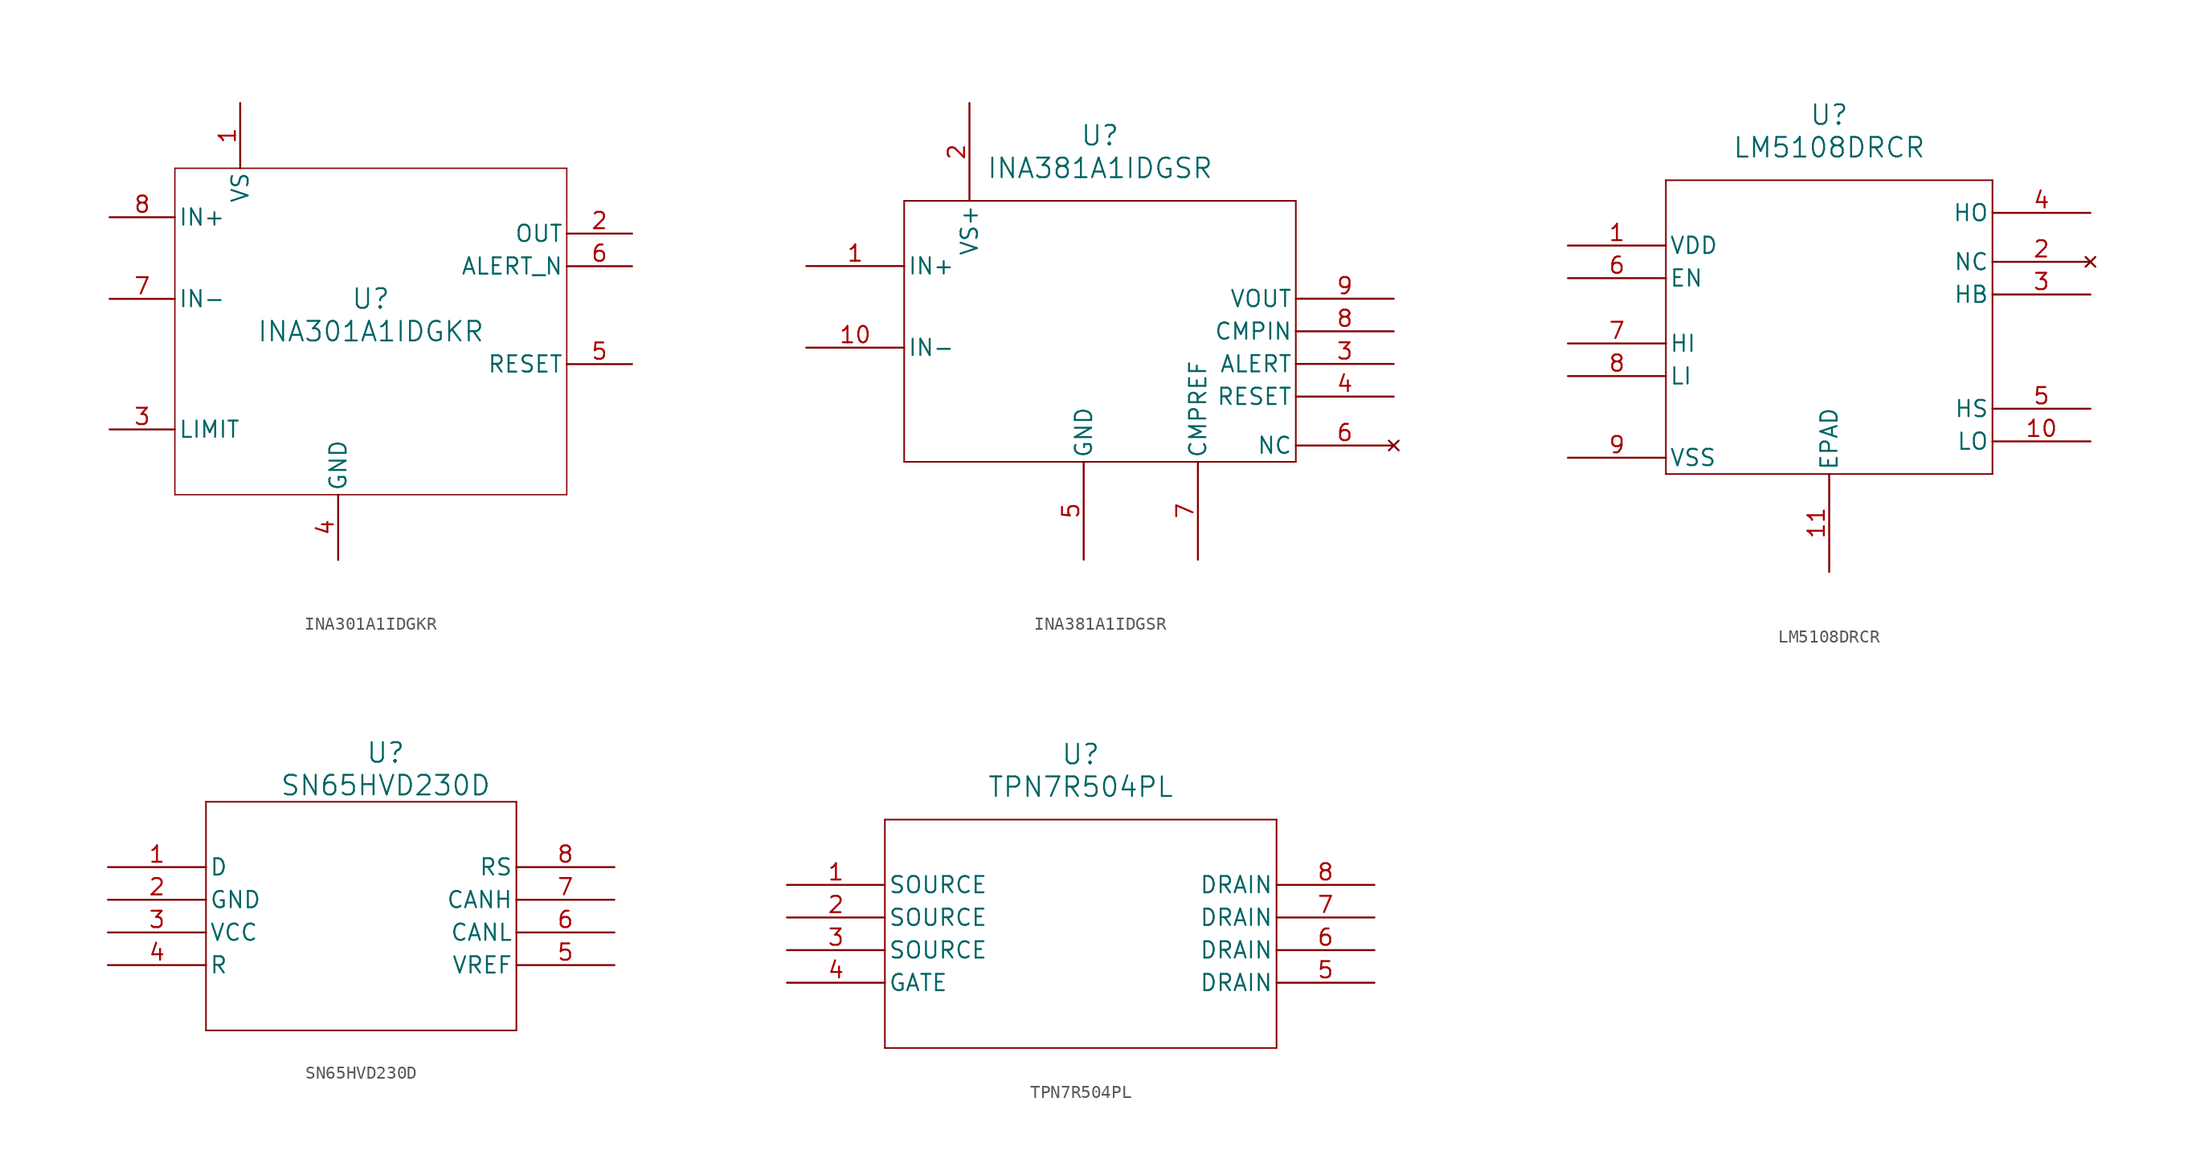
<source format=kicad_sym>
(kicad_symbol_lib
  (version 20220914)
  (generator kicad_symbol_editor)
  (symbol "INA301A1IDGKR"
    (pin_names
      (offset 0.254))
    (property "Reference" "U"
      (at 0 2.54 0)
      (effects (font (size 1.524 1.524))))
    (property "Value" "INA301A1IDGKR"
      (at 0 0 0)
      (effects (font (size 1.524 1.524))))
    (property "ki_locked" ""
      (at 0 0 0)
      (effects (font (size 1.27 1.27))))
    (symbol "INA301A1IDGKR_0_1"
      (polyline (pts (xy -15.24 -12.7) (xy 15.24 -12.7)) (stroke (width 0.102) (type default)) (fill (type none)))
      (polyline (pts (xy -15.24 12.7) (xy -15.24 -12.7)) (stroke (width 0.102) (type default)) (fill (type none)))
      (polyline (pts (xy 15.24 -12.7) (xy 15.24 12.7)) (stroke (width 0.102) (type default)) (fill (type none)))
      (polyline (pts (xy 15.24 12.7) (xy -15.24 12.7)) (stroke (width 0.102) (type default)) (fill (type none)))
      (pin power_in line (at -10.16 17.78 270) (length 5.08) (name "VS" (effects (font (size 1.27 1.27)))) (number "1" (effects (font (size 1.27 1.27)))))
      (pin output line (at 20.32 7.62 180) (length 5.08) (name "OUT" (effects (font (size 1.27 1.27)))) (number "2" (effects (font (size 1.27 1.27)))))
      (pin input line (at -20.32 -7.62 0) (length 5.08) (name "LIMIT" (effects (font (size 1.27 1.27)))) (number "3" (effects (font (size 1.27 1.27)))))
      (pin power_in line (at -2.54 -17.78 90) (length 5.08) (name "GND" (effects (font (size 1.27 1.27)))) (number "4" (effects (font (size 1.27 1.27)))))
      (pin input line (at 20.32 -2.54 180) (length 5.08) (name "RESET" (effects (font (size 1.27 1.27)))) (number "5" (effects (font (size 1.27 1.27)))))
      (pin open_collector line (at 20.32 5.08 180) (length 5.08) (name "ALERT_N" (effects (font (size 1.27 1.27)))) (number "6" (effects (font (size 1.27 1.27)))))
      (pin input line (at -20.32 2.54 0) (length 5.08) (name "IN-" (effects (font (size 1.27 1.27)))) (number "7" (effects (font (size 1.27 1.27)))))
      (pin input line (at -20.32 8.89 0) (length 5.08) (name "IN+" (effects (font (size 1.27 1.27)))) (number "8" (effects (font (size 1.27 1.27)))))))
  (symbol "INA381A1IDGSR"
    (pin_names
      (offset 0.254))
    (property "Reference" "U"
      (at 22.86 10.16 0)
      (effects (font (size 1.524 1.524))))
    (property "Value" "INA381A1IDGSR"
      (at 22.86 7.62 0)
      (effects (font (size 1.524 1.524))))
    (property "ki_locked" ""
      (at 0 0 0)
      (effects (font (size 1.27 1.27))))
    (symbol "INA381A1IDGSR_0_1"
      (polyline (pts (xy 7.62 -15.24) (xy 38.1 -15.24)) (stroke (width 0.127) (type default)) (fill (type none)))
      (polyline (pts (xy 7.62 5.08) (xy 7.62 -15.24)) (stroke (width 0.127) (type default)) (fill (type none)))
      (polyline (pts (xy 38.1 -15.24) (xy 38.1 5.08)) (stroke (width 0.127) (type default)) (fill (type none)))
      (polyline (pts (xy 38.1 5.08) (xy 7.62 5.08)) (stroke (width 0.127) (type default)) (fill (type none)))
      (pin input line (at 0 0 0) (length 7.62) (name "IN+" (effects (font (size 1.27 1.27)))) (number "1" (effects (font (size 1.27 1.27)))))
      (pin unspecified line (at 0 -6.35 0) (length 7.62) (name "IN-" (effects (font (size 1.27 1.27)))) (number "10" (effects (font (size 1.27 1.27)))))
      (pin unspecified line (at 12.7 12.7 270) (length 7.62) (name "VS+" (effects (font (size 1.27 1.27)))) (number "2" (effects (font (size 1.27 1.27)))))
      (pin unspecified line (at 45.72 -7.62 180) (length 7.62) (name "ALERT" (effects (font (size 1.27 1.27)))) (number "3" (effects (font (size 1.27 1.27)))))
      (pin unspecified line (at 45.72 -10.16 180) (length 7.62) (name "RESET" (effects (font (size 1.27 1.27)))) (number "4" (effects (font (size 1.27 1.27)))))
      (pin power_out line (at 21.59 -22.86 90) (length 7.62) (name "GND" (effects (font (size 1.27 1.27)))) (number "5" (effects (font (size 1.27 1.27)))))
      (pin no_connect line (at 45.72 -13.97 180) (length 7.62) (name "NC" (effects (font (size 1.27 1.27)))) (number "6" (effects (font (size 1.27 1.27)))))
      (pin unspecified line (at 30.48 -22.86 90) (length 7.62) (name "CMPREF" (effects (font (size 1.27 1.27)))) (number "7" (effects (font (size 1.27 1.27)))))
      (pin unspecified line (at 45.72 -5.08 180) (length 7.62) (name "CMPIN" (effects (font (size 1.27 1.27)))) (number "8" (effects (font (size 1.27 1.27)))))
      (pin output line (at 45.72 -2.54 180) (length 7.62) (name "VOUT" (effects (font (size 1.27 1.27)))) (number "9" (effects (font (size 1.27 1.27)))))))
  (symbol "LM5108DRCR"
    (pin_names
      (offset 0.254))
    (property "Reference" "U"
      (at 20.32 10.16 0)
      (effects (font (size 1.524 1.524))))
    (property "Value" "LM5108DRCR"
      (at 20.32 7.62 0)
      (effects (font (size 1.524 1.524))))
    (property "ki_locked" ""
      (at 0 0 0)
      (effects (font (size 1.27 1.27))))
    (symbol "LM5108DRCR_0_1"
      (polyline (pts (xy 7.62 -17.78) (xy 33.02 -17.78)) (stroke (width 0.127) (type default)) (fill (type none)))
      (polyline (pts (xy 7.62 5.08) (xy 7.62 -17.78)) (stroke (width 0.127) (type default)) (fill (type none)))
      (polyline (pts (xy 33.02 -17.78) (xy 33.02 5.08)) (stroke (width 0.127) (type default)) (fill (type none)))
      (polyline (pts (xy 33.02 5.08) (xy 7.62 5.08)) (stroke (width 0.127) (type default)) (fill (type none)))
      (pin power_in line (at 0 0 0) (length 7.62) (name "VDD" (effects (font (size 1.27 1.27)))) (number "1" (effects (font (size 1.27 1.27)))))
      (pin output line (at 40.64 -15.24 180) (length 7.62) (name "LO" (effects (font (size 1.27 1.27)))) (number "10" (effects (font (size 1.27 1.27)))))
      (pin no_connect line (at 40.64 -1.27 180) (length 7.62) (name "NC" (effects (font (size 1.27 1.27)))) (number "2" (effects (font (size 1.27 1.27)))))
      (pin output line (at 40.64 2.54 180) (length 7.62) (name "HO" (effects (font (size 1.27 1.27)))) (number "4" (effects (font (size 1.27 1.27)))))
      (pin input line (at 0 -2.54 0) (length 7.62) (name "EN" (effects (font (size 1.27 1.27)))) (number "6" (effects (font (size 1.27 1.27)))))
      (pin input line (at 0 -7.62 0) (length 7.62) (name "HI" (effects (font (size 1.27 1.27)))) (number "7" (effects (font (size 1.27 1.27)))))
      (pin input line (at 0 -10.16 0) (length 7.62) (name "LI" (effects (font (size 1.27 1.27)))) (number "8" (effects (font (size 1.27 1.27)))))
      (pin power_in line (at 0 -16.51 0) (length 7.62) (name "VSS" (effects (font (size 1.27 1.27)))) (number "9" (effects (font (size 1.27 1.27))))))
    (symbol "LM5108DRCR_1_1"
      (pin passive line (at 20.32 -25.4 90) (length 7.62) (name "EPAD" (effects (font (size 1.27 1.27)))) (number "11" (effects (font (size 1.27 1.27)))))
      (pin input line (at 40.64 -3.81 180) (length 7.62) (name "HB" (effects (font (size 1.27 1.27)))) (number "3" (effects (font (size 1.27 1.27)))))
      (pin passive line (at 40.64 -12.7 180) (length 7.62) (name "HS" (effects (font (size 1.27 1.27)))) (number "5" (effects (font (size 1.27 1.27)))))))
  (symbol "SN65HVD230D"
    (pin_names
      (offset 0.254))
    (property "Reference" "U"
      (at 2.54 11.43 0)
      (effects (font (size 1.524 1.524))))
    (property "Value" "SN65HVD230D"
      (at 2.54 8.89 0)
      (effects (font (size 1.524 1.524))))
    (property "ki_locked" ""
      (at 0 0 0)
      (effects (font (size 1.27 1.27))))
    (symbol "SN65HVD230D_0_1"
      (polyline (pts (xy -11.43 -10.16) (xy 12.7 -10.16)) (stroke (width 0.127) (type default)) (fill (type none)))
      (polyline (pts (xy -11.43 7.62) (xy -11.43 -10.16)) (stroke (width 0.127) (type default)) (fill (type none)))
      (polyline (pts (xy 12.7 -10.16) (xy 12.7 7.62)) (stroke (width 0.127) (type default)) (fill (type none)))
      (polyline (pts (xy 12.7 7.62) (xy -11.43 7.62)) (stroke (width 0.127) (type default)) (fill (type none)))
      (pin input line (at -19.05 2.54 0) (length 7.62) (name "D" (effects (font (size 1.27 1.27)))) (number "1" (effects (font (size 1.27 1.27)))))
      (pin power_in line (at -19.05 0 0) (length 7.62) (name "GND" (effects (font (size 1.27 1.27)))) (number "2" (effects (font (size 1.27 1.27)))))
      (pin power_in line (at -19.05 -2.54 0) (length 7.62) (name "VCC" (effects (font (size 1.27 1.27)))) (number "3" (effects (font (size 1.27 1.27)))))
      (pin input line (at -19.05 -5.08 0) (length 7.62) (name "R" (effects (font (size 1.27 1.27)))) (number "4" (effects (font (size 1.27 1.27)))))
      (pin power_in line (at 20.32 -5.08 180) (length 7.62) (name "VREF" (effects (font (size 1.27 1.27)))) (number "5" (effects (font (size 1.27 1.27)))))
      (pin output line (at 20.32 -2.54 180) (length 7.62) (name "CANL" (effects (font (size 1.27 1.27)))) (number "6" (effects (font (size 1.27 1.27)))))
      (pin output line (at 20.32 0 180) (length 7.62) (name "CANH" (effects (font (size 1.27 1.27)))) (number "7" (effects (font (size 1.27 1.27)))))
      (pin input line (at 20.32 2.54 180) (length 7.62) (name "RS" (effects (font (size 1.27 1.27)))) (number "8" (effects (font (size 1.27 1.27)))))))
  (symbol "TPN7R504PL"
    (pin_names
      (offset 0.254))
    (property "Reference" "U"
      (at 22.86 10.16 0)
      (effects (font (size 1.524 1.524))))
    (property "Value" "TPN7R504PL"
      (at 22.86 7.62 0)
      (effects (font (size 1.524 1.524))))
    (property "ki_locked" ""
      (at 0 0 0)
      (effects (font (size 1.27 1.27))))
    (symbol "TPN7R504PL_0_1"
      (polyline (pts (xy 7.62 -12.7) (xy 38.1 -12.7)) (stroke (width 0.127) (type default)) (fill (type none)))
      (polyline (pts (xy 7.62 5.08) (xy 7.62 -12.7)) (stroke (width 0.127) (type default)) (fill (type none)))
      (polyline (pts (xy 38.1 -12.7) (xy 38.1 5.08)) (stroke (width 0.127) (type default)) (fill (type none)))
      (polyline (pts (xy 38.1 5.08) (xy 7.62 5.08)) (stroke (width 0.127) (type default)) (fill (type none)))
      (pin unspecified line (at 0 0 0) (length 7.62) (name "SOURCE" (effects (font (size 1.27 1.27)))) (number "1" (effects (font (size 1.27 1.27)))))
      (pin unspecified line (at 0 -2.54 0) (length 7.62) (name "SOURCE" (effects (font (size 1.27 1.27)))) (number "2" (effects (font (size 1.27 1.27)))))
      (pin unspecified line (at 0 -5.08 0) (length 7.62) (name "SOURCE" (effects (font (size 1.27 1.27)))) (number "3" (effects (font (size 1.27 1.27)))))
      (pin unspecified line (at 0 -7.62 0) (length 7.62) (name "GATE" (effects (font (size 1.27 1.27)))) (number "4" (effects (font (size 1.27 1.27)))))
      (pin unspecified line (at 45.72 -7.62 180) (length 7.62) (name "DRAIN" (effects (font (size 1.27 1.27)))) (number "5" (effects (font (size 1.27 1.27)))))
      (pin unspecified line (at 45.72 -5.08 180) (length 7.62) (name "DRAIN" (effects (font (size 1.27 1.27)))) (number "6" (effects (font (size 1.27 1.27)))))
      (pin unspecified line (at 45.72 -2.54 180) (length 7.62) (name "DRAIN" (effects (font (size 1.27 1.27)))) (number "7" (effects (font (size 1.27 1.27)))))
      (pin unspecified line (at 45.72 0 180) (length 7.62) (name "DRAIN" (effects (font (size 1.27 1.27)))) (number "8" (effects (font (size 1.27 1.27))))))))
</source>
